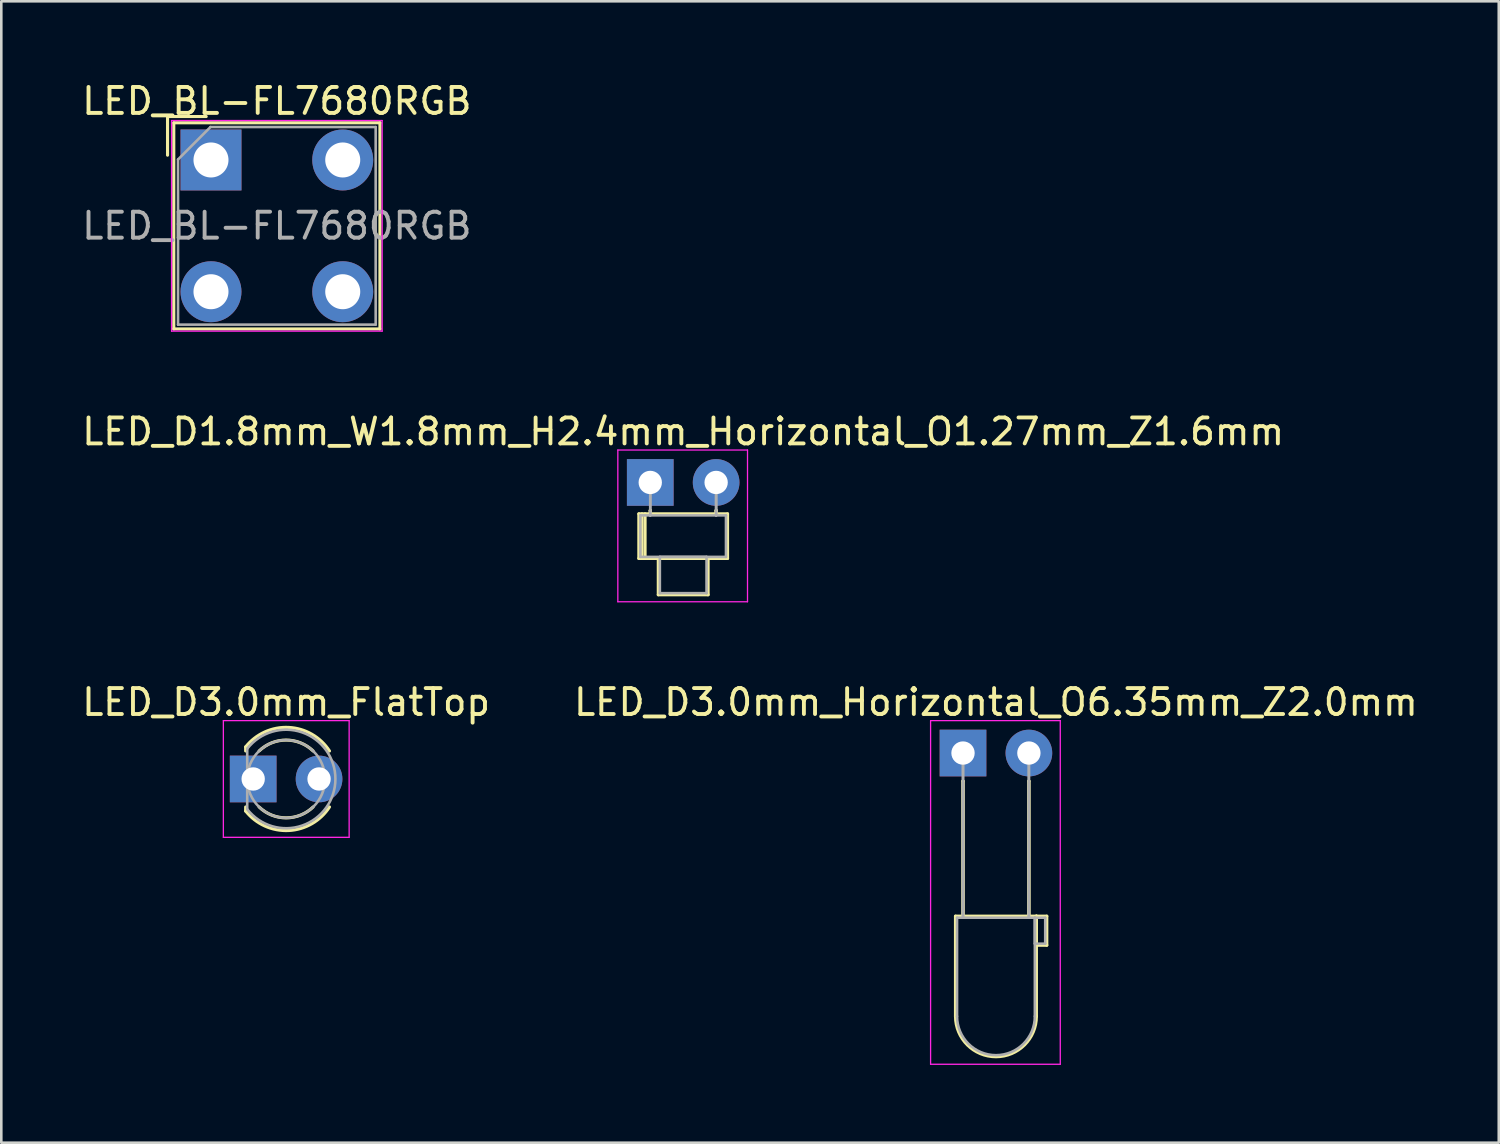
<source format=kicad_pcb>
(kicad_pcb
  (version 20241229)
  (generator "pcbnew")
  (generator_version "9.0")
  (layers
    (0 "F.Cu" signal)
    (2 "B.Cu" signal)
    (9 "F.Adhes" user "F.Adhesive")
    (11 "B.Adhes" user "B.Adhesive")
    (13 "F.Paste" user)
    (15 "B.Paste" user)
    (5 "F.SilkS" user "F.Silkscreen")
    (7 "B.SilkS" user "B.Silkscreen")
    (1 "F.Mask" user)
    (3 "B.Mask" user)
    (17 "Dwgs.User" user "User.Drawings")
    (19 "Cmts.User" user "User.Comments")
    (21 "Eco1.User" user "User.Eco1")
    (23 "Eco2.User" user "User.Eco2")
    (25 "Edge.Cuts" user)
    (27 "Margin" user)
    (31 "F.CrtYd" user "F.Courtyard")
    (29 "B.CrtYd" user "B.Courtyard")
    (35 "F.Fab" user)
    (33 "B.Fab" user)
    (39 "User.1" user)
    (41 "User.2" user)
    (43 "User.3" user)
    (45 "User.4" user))
  (footprint "LED_D3.0mm_Horizontal_O6.35mm_Z2.0mm"
    (layer "F.Cu")
    (at 34.081 25.985)
    (property "Reference" "LED_D3.0mm_Horizontal_O6.35mm_Z2.0mm" (at 1.27 -1.96 0) (layer "F.SilkS") (effects (font (size 1 1) (thickness 0.15))))
    (attr through_hole)
    (fp_line (start -0.29 6.29) (end -0.29 10.15) (stroke (width 0.12) (type solid)) (layer "F.SilkS"))
    (fp_line (start -0.29 6.29) (end 2.83 6.29) (stroke (width 0.12) (type solid)) (layer "F.SilkS"))
    (fp_line (start 0 1.08) (end 0 1.08) (stroke (width 0.12) (type solid)) (layer "F.SilkS"))
    (fp_line (start 0 1.08) (end 0 6.29) (stroke (width 0.12) (type solid)) (layer "F.SilkS"))
    (fp_line (start 0 6.29) (end 0 1.08) (stroke (width 0.12) (type solid)) (layer "F.SilkS"))
    (fp_line (start 0 6.29) (end 0 6.29) (stroke (width 0.12) (type solid)) (layer "F.SilkS"))
    (fp_line (start 2.54 1.08) (end 2.54 1.08) (stroke (width 0.12) (type solid)) (layer "F.SilkS"))
    (fp_line (start 2.54 1.08) (end 2.54 6.29) (stroke (width 0.12) (type solid)) (layer "F.SilkS"))
    (fp_line (start 2.54 6.29) (end 2.54 1.08) (stroke (width 0.12) (type solid)) (layer "F.SilkS"))
    (fp_line (start 2.54 6.29) (end 2.54 6.29) (stroke (width 0.12) (type solid)) (layer "F.SilkS"))
    (fp_line (start 2.83 6.29) (end 2.83 10.15) (stroke (width 0.12) (type solid)) (layer "F.SilkS"))
    (fp_line (start 2.83 6.29) (end 3.23 6.29) (stroke (width 0.12) (type solid)) (layer "F.SilkS"))
    (fp_line (start 2.83 7.41) (end 2.83 6.29) (stroke (width 0.12) (type solid)) (layer "F.SilkS"))
    (fp_line (start 3.23 6.29) (end 3.23 7.41) (stroke (width 0.12) (type solid)) (layer "F.SilkS"))
    (fp_line (start 3.23 7.41) (end 2.83 7.41) (stroke (width 0.12) (type solid)) (layer "F.SilkS"))
    (fp_arc (start 2.83 10.15) (mid 1.27 11.71) (end -0.29 10.15) (stroke (width 0.12) (type solid)) (layer "F.SilkS"))
    (fp_line (start -1.25 -1.25) (end -1.25 12) (stroke (width 0.05) (type solid)) (layer "F.CrtYd"))
    (fp_line (start -1.25 12) (end 3.75 12) (stroke (width 0.05) (type solid)) (layer "F.CrtYd"))
    (fp_line (start 3.75 -1.25) (end -1.25 -1.25) (stroke (width 0.05) (type solid)) (layer "F.CrtYd"))
    (fp_line (start 3.75 12) (end 3.75 -1.25) (stroke (width 0.05) (type solid)) (layer "F.CrtYd"))
    (fp_line (start -0.23 6.35) (end -0.23 10.15) (stroke (width 0.1) (type solid)) (layer "F.Fab"))
    (fp_line (start -0.23 6.35) (end 2.77 6.35) (stroke (width 0.1) (type solid)) (layer "F.Fab"))
    (fp_line (start 0 0) (end 0 0) (stroke (width 0.1) (type solid)) (layer "F.Fab"))
    (fp_line (start 0 0) (end 0 6.35) (stroke (width 0.1) (type solid)) (layer "F.Fab"))
    (fp_line (start 0 6.35) (end 0 0) (stroke (width 0.1) (type solid)) (layer "F.Fab"))
    (fp_line (start 0 6.35) (end 0 6.35) (stroke (width 0.1) (type solid)) (layer "F.Fab"))
    (fp_line (start 2.54 0) (end 2.54 0) (stroke (width 0.1) (type solid)) (layer "F.Fab"))
    (fp_line (start 2.54 0) (end 2.54 6.35) (stroke (width 0.1) (type solid)) (layer "F.Fab"))
    (fp_line (start 2.54 6.35) (end 2.54 0) (stroke (width 0.1) (type solid)) (layer "F.Fab"))
    (fp_line (start 2.54 6.35) (end 2.54 6.35) (stroke (width 0.1) (type solid)) (layer "F.Fab"))
    (fp_line (start 2.77 6.35) (end 2.77 10.15) (stroke (width 0.1) (type solid)) (layer "F.Fab"))
    (fp_line (start 2.77 6.35) (end 3.17 6.35) (stroke (width 0.1) (type solid)) (layer "F.Fab"))
    (fp_line (start 2.77 7.35) (end 2.77 6.35) (stroke (width 0.1) (type solid)) (layer "F.Fab"))
    (fp_line (start 3.17 6.35) (end 3.17 7.35) (stroke (width 0.1) (type solid)) (layer "F.Fab"))
    (fp_line (start 3.17 7.35) (end 2.77 7.35) (stroke (width 0.1) (type solid)) (layer "F.Fab"))
    (fp_arc (start 2.77 10.15) (mid 1.27 11.65) (end -0.23 10.15) (stroke (width 0.1) (type solid)) (layer "F.Fab"))
    (pad "1" thru_hole rect (at 0 0) (size 1.8 1.8) (drill 0.9) (layers "*.Cu" "*.Mask"))
    (pad "2" thru_hole circle (at 2.54 0) (size 1.8 1.8) (drill 0.9) (layers "*.Cu" "*.Mask")))
  (footprint "LED_BL-FL7680RGB"
    (layer "F.Cu")
    (at 5.085 3.118)
    (property "Reference" "LED_BL-FL7680RGB" (at 2.54 -2.27 0) (layer "F.SilkS") (effects (font (size 1 1) (thickness 0.15))))
    (attr through_hole)
    (fp_line (start -1.675 -1.675) (end -0.185 -1.675) (stroke (width 0.12) (type solid)) (layer "F.SilkS"))
    (fp_line (start -1.675 -0.185) (end -1.675 -1.675) (stroke (width 0.12) (type solid)) (layer "F.SilkS"))
    (fp_line (start -1.435 -1.435) (end -1.435 6.515) (stroke (width 0.12) (type solid)) (layer "F.SilkS"))
    (fp_line (start -1.435 6.515) (end 6.515 6.515) (stroke (width 0.12) (type solid)) (layer "F.SilkS"))
    (fp_line (start 6.515 -1.435) (end -1.435 -1.435) (stroke (width 0.12) (type solid)) (layer "F.SilkS"))
    (fp_line (start 6.515 6.515) (end 6.515 -1.435) (stroke (width 0.12) (type solid)) (layer "F.SilkS"))
    (fp_line (start -1.52 -1.52) (end -1.52 6.6) (stroke (width 0.05) (type solid)) (layer "F.CrtYd"))
    (fp_line (start -1.52 6.6) (end 6.6 6.6) (stroke (width 0.05) (type solid)) (layer "F.CrtYd"))
    (fp_line (start 6.6 -1.52) (end -1.52 -1.52) (stroke (width 0.05) (type solid)) (layer "F.CrtYd"))
    (fp_line (start 6.6 6.6) (end 6.6 -1.52) (stroke (width 0.05) (type solid)) (layer "F.CrtYd"))
    (fp_line (start -1.27 -0.02) (end -0.02 -1.27) (stroke (width 0.1) (type solid)) (layer "F.Fab"))
    (fp_line (start -1.27 6.35) (end -1.27 -0.02) (stroke (width 0.1) (type solid)) (layer "F.Fab"))
    (fp_line (start -0.02 -1.27) (end 6.35 -1.27) (stroke (width 0.1) (type solid)) (layer "F.Fab"))
    (fp_line (start 6.35 -1.27) (end 6.35 6.35) (stroke (width 0.1) (type solid)) (layer "F.Fab"))
    (fp_line (start 6.35 6.35) (end -1.27 6.35) (stroke (width 0.1) (type solid)) (layer "F.Fab"))
    (fp_text user "${REFERENCE}" (at 2.54 2.54 0) (layer "F.Fab") (effects (font (size 1 1) (thickness 0.15))))
    (pad "1" thru_hole rect (at 0 0) (size 2.35 2.35) (drill 1.35) (layers "*.Cu" "*.Mask"))
    (pad "2" thru_hole circle (at 0 5.08) (size 2.35 2.35) (drill 1.35) (layers "*.Cu" "*.Mask"))
    (pad "3" thru_hole circle (at 5.08 5.08) (size 2.35 2.35) (drill 1.35) (layers "*.Cu" "*.Mask"))
    (pad "4" thru_hole circle (at 5.08 0) (size 2.35 2.35) (drill 1.35) (layers "*.Cu" "*.Mask")))
  (footprint "LED_D3.0mm_FlatTop"
    (layer "F.Cu")
    (at 6.712 26.985)
    (property "Reference" "LED_D3.0mm_FlatTop" (at 1.27 -2.96 0) (layer "F.SilkS") (effects (font (size 1 1) (thickness 0.15))))
    (attr through_hole)
    (fp_line (start -0.29 -1.236) (end -0.29 -1.08) (stroke (width 0.12) (type solid)) (layer "F.SilkS"))
    (fp_line (start -0.29 1.08) (end -0.29 1.236) (stroke (width 0.12) (type solid)) (layer "F.SilkS"))
    (fp_arc (start -0.29 -1.235516) (mid 1.366487 -1.987659) (end 2.942335 -1.078608) (stroke (width 0.12) (type solid)) (layer "F.SilkS"))
    (fp_arc (start 0.229039 -1.08) (mid 1.270117 -1.5) (end 2.31113 -1.079837) (stroke (width 0.12) (type solid)) (layer "F.SilkS"))
    (fp_arc (start 2.31113 1.079837) (mid 1.270117 1.5) (end 0.229039 1.08) (stroke (width 0.12) (type solid)) (layer "F.SilkS"))
    (fp_arc (start 2.942335 1.078608) (mid 1.366487 1.987659) (end -0.29 1.235516) (stroke (width 0.12) (type solid)) (layer "F.SilkS"))
    (fp_line (start -1.15 -2.25) (end -1.15 2.25) (stroke (width 0.05) (type solid)) (layer "F.CrtYd"))
    (fp_line (start -1.15 2.25) (end 3.7 2.25) (stroke (width 0.05) (type solid)) (layer "F.CrtYd"))
    (fp_line (start 3.7 -2.25) (end -1.15 -2.25) (stroke (width 0.05) (type solid)) (layer "F.CrtYd"))
    (fp_line (start 3.7 2.25) (end 3.7 -2.25) (stroke (width 0.05) (type solid)) (layer "F.CrtYd"))
    (fp_line (start -0.23 -1.166) (end -0.23 1.166) (stroke (width 0.1) (type solid)) (layer "F.Fab"))
    (fp_arc (start -0.23 -1.16619) (mid 3.17 0.000452) (end -0.230555 1.165476) (stroke (width 0.1) (type solid)) (layer "F.Fab"))
    (fp_circle (center 1.27 0) (end 2.77 0) (stroke (width 0.1) (type solid)) (fill no) (layer "F.Fab"))
    (pad "1" thru_hole rect (at 0 0) (size 1.8 1.8) (drill 0.9) (layers "*.Cu" "*.Mask"))
    (pad "2" thru_hole circle (at 2.54 0) (size 1.8 1.8) (drill 0.9) (layers "*.Cu" "*.Mask")))
  (footprint "LED_D1.8mm_W1.8mm_H2.4mm_Horizontal_O1.27mm_Z1.6mm"
    (layer "F.Cu")
    (at 22.022 15.552)
    (property "Reference" "LED_D1.8mm_W1.8mm_H2.4mm_Horizontal_O1.27mm_Z1.6mm" (at 1.27 -1.96 0) (layer "F.SilkS") (effects (font (size 1 1) (thickness 0.15))))
    (attr through_hole)
    (fp_line (start -0.44 1.21) (end -0.44 2.93) (stroke (width 0.12) (type solid)) (layer "F.SilkS"))
    (fp_line (start -0.44 2.93) (end 2.98 2.93) (stroke (width 0.12) (type solid)) (layer "F.SilkS"))
    (fp_line (start -0.32 1.21) (end -0.32 2.93) (stroke (width 0.12) (type solid)) (layer "F.SilkS"))
    (fp_line (start -0.2 1.21) (end -0.2 2.93) (stroke (width 0.12) (type solid)) (layer "F.SilkS"))
    (fp_line (start 0 1.08) (end 0 1.08) (stroke (width 0.12) (type solid)) (layer "F.SilkS"))
    (fp_line (start 0 1.08) (end 0 1.21) (stroke (width 0.12) (type solid)) (layer "F.SilkS"))
    (fp_line (start 0 1.21) (end 0 1.08) (stroke (width 0.12) (type solid)) (layer "F.SilkS"))
    (fp_line (start 0 1.21) (end 0 1.21) (stroke (width 0.12) (type solid)) (layer "F.SilkS"))
    (fp_line (start 0.31 2.93) (end 0.31 4.33) (stroke (width 0.12) (type solid)) (layer "F.SilkS"))
    (fp_line (start 0.31 4.33) (end 2.23 4.33) (stroke (width 0.12) (type solid)) (layer "F.SilkS"))
    (fp_line (start 2.23 2.93) (end 0.31 2.93) (stroke (width 0.12) (type solid)) (layer "F.SilkS"))
    (fp_line (start 2.23 4.33) (end 2.23 2.93) (stroke (width 0.12) (type solid)) (layer "F.SilkS"))
    (fp_line (start 2.54 1.08) (end 2.54 1.08) (stroke (width 0.12) (type solid)) (layer "F.SilkS"))
    (fp_line (start 2.54 1.08) (end 2.54 1.21) (stroke (width 0.12) (type solid)) (layer "F.SilkS"))
    (fp_line (start 2.54 1.21) (end 2.54 1.08) (stroke (width 0.12) (type solid)) (layer "F.SilkS"))
    (fp_line (start 2.54 1.21) (end 2.54 1.21) (stroke (width 0.12) (type solid)) (layer "F.SilkS"))
    (fp_line (start 2.98 1.21) (end -0.44 1.21) (stroke (width 0.12) (type solid)) (layer "F.SilkS"))
    (fp_line (start 2.98 2.93) (end 2.98 1.21) (stroke (width 0.12) (type solid)) (layer "F.SilkS"))
    (fp_line (start -1.25 -1.25) (end -1.25 4.6) (stroke (width 0.05) (type solid)) (layer "F.CrtYd"))
    (fp_line (start -1.25 4.6) (end 3.75 4.6) (stroke (width 0.05) (type solid)) (layer "F.CrtYd"))
    (fp_line (start 3.75 -1.25) (end -1.25 -1.25) (stroke (width 0.05) (type solid)) (layer "F.CrtYd"))
    (fp_line (start 3.75 4.6) (end 3.75 -1.25) (stroke (width 0.05) (type solid)) (layer "F.CrtYd"))
    (fp_line (start -0.38 1.27) (end -0.38 2.87) (stroke (width 0.1) (type solid)) (layer "F.Fab"))
    (fp_line (start -0.38 2.87) (end 2.92 2.87) (stroke (width 0.1) (type solid)) (layer "F.Fab"))
    (fp_line (start 0 0) (end 0 0) (stroke (width 0.1) (type solid)) (layer "F.Fab"))
    (fp_line (start 0 0) (end 0 1.27) (stroke (width 0.1) (type solid)) (layer "F.Fab"))
    (fp_line (start 0 1.27) (end 0 0) (stroke (width 0.1) (type solid)) (layer "F.Fab"))
    (fp_line (start 0 1.27) (end 0 1.27) (stroke (width 0.1) (type solid)) (layer "F.Fab"))
    (fp_line (start 0.37 2.87) (end 0.37 4.27) (stroke (width 0.1) (type solid)) (layer "F.Fab"))
    (fp_line (start 0.37 4.27) (end 2.17 4.27) (stroke (width 0.1) (type solid)) (layer "F.Fab"))
    (fp_line (start 2.17 2.87) (end 0.37 2.87) (stroke (width 0.1) (type solid)) (layer "F.Fab"))
    (fp_line (start 2.17 4.27) (end 2.17 2.87) (stroke (width 0.1) (type solid)) (layer "F.Fab"))
    (fp_line (start 2.54 0) (end 2.54 0) (stroke (width 0.1) (type solid)) (layer "F.Fab"))
    (fp_line (start 2.54 0) (end 2.54 1.27) (stroke (width 0.1) (type solid)) (layer "F.Fab"))
    (fp_line (start 2.54 1.27) (end 2.54 0) (stroke (width 0.1) (type solid)) (layer "F.Fab"))
    (fp_line (start 2.54 1.27) (end 2.54 1.27) (stroke (width 0.1) (type solid)) (layer "F.Fab"))
    (fp_line (start 2.92 1.27) (end -0.38 1.27) (stroke (width 0.1) (type solid)) (layer "F.Fab"))
    (fp_line (start 2.92 2.87) (end 2.92 1.27) (stroke (width 0.1) (type solid)) (layer "F.Fab"))
    (pad "1" thru_hole rect (at 0 0) (size 1.8 1.8) (drill 0.9) (layers "*.Cu" "*.Mask"))
    (pad "2" thru_hole circle (at 2.54 0) (size 1.8 1.8) (drill 0.9) (layers "*.Cu" "*.Mask")))
  (gr_rect
    (start -3 -3)
    (end 54.738 41.01)
    (stroke (width 0.1) (type default))
    (fill no)
    (layer "Edge.Cuts")))
</source>
